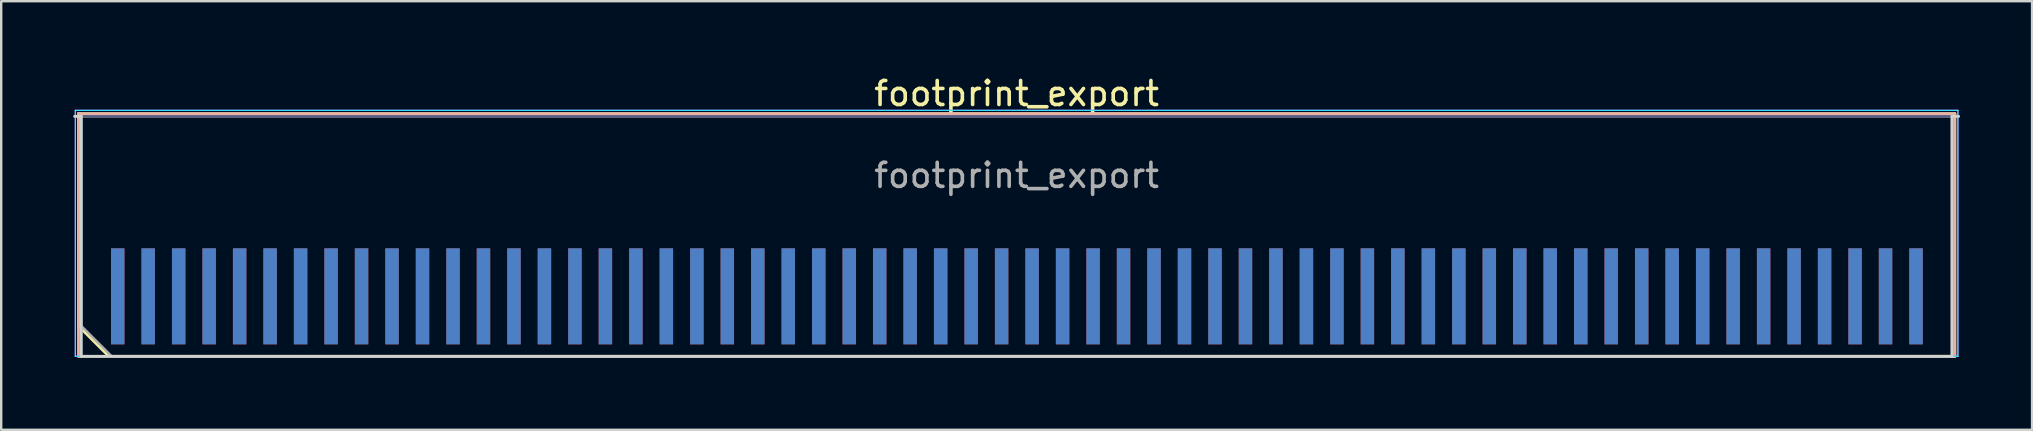
<source format=kicad_pcb>
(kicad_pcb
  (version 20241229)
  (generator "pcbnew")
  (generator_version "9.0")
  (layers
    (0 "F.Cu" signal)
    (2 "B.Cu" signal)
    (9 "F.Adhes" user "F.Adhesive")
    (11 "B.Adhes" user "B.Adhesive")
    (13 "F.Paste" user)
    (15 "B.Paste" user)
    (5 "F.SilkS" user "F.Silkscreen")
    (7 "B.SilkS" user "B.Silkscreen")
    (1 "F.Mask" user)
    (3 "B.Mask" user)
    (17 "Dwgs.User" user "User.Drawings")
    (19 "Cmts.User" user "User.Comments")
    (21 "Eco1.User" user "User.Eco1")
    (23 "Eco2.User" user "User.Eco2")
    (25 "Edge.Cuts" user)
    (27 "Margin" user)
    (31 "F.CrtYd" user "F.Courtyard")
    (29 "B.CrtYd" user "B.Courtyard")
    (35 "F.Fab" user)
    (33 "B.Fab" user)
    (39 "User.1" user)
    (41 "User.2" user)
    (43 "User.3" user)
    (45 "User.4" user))
  (footprint "footprint_export"
    (layer "F.Cu")
    (at 39.31 6.798)
    (property "Reference" "footprint_export" (at 0 -5.95 0) (layer "F.SilkS") (effects (font (size 1 1) (thickness 0.15))))
    (attr exclude_from_pos_files exclude_from_bom)
    (fp_line (start -39.09 -5.11) (end 39.09 -5.11) (stroke (width 0.12) (type solid)) (layer "F.SilkS"))
    (fp_line (start -39.09 3.73) (end -39.09 -5.11) (stroke (width 0.12) (type solid)) (layer "F.SilkS"))
    (fp_line (start -37.82 5) (end -39.09 3.73) (stroke (width 0.12) (type solid)) (layer "F.SilkS"))
    (fp_line (start -37.82 5) (end 39.09 5) (stroke (width 0.12) (type solid)) (layer "F.SilkS"))
    (fp_line (start 39.09 5) (end 39.09 -5.11) (stroke (width 0.12) (type solid)) (layer "F.SilkS"))
    (fp_line (start -39.09 -5.11) (end 39.09 -5.11) (stroke (width 0.12) (type solid)) (layer "B.SilkS"))
    (fp_line (start -39.09 5) (end -39.09 -5.11) (stroke (width 0.12) (type solid)) (layer "B.SilkS"))
    (fp_line (start -39.09 5) (end 39.09 5) (stroke (width 0.12) (type solid)) (layer "B.SilkS"))
    (fp_line (start 39.09 5) (end 39.09 -5.11) (stroke (width 0.12) (type solid)) (layer "B.SilkS"))
    (fp_line (start -39.25 -5) (end -38.975 -5) (stroke (width 0.12) (type solid)) (layer "Edge.Cuts"))
    (fp_line (start -38.975 5) (end -38.975 -5) (stroke (width 0.12) (type solid)) (layer "Edge.Cuts"))
    (fp_line (start -38.975 5) (end 38.975 5) (stroke (width 0.12) (type solid)) (layer "Edge.Cuts"))
    (fp_line (start 38.975 5) (end 38.975 -5) (stroke (width 0.12) (type solid)) (layer "Edge.Cuts"))
    (fp_line (start 39.25 -5) (end 38.975 -5) (stroke (width 0.12) (type solid)) (layer "Edge.Cuts"))
    (fp_line (start -39.22 -5.25) (end -39.22 5) (stroke (width 0.05) (type solid)) (layer "B.CrtYd"))
    (fp_line (start -39.22 5) (end 39.22 5) (stroke (width 0.05) (type solid)) (layer "B.CrtYd"))
    (fp_line (start 39.22 -5.25) (end -39.22 -5.25) (stroke (width 0.05) (type solid)) (layer "B.CrtYd"))
    (fp_line (start 39.22 5) (end 39.22 -5.25) (stroke (width 0.05) (type solid)) (layer "B.CrtYd"))
    (fp_line (start -39.22 -5.25) (end -39.22 5) (stroke (width 0.05) (type solid)) (layer "F.CrtYd"))
    (fp_line (start -39.22 5) (end 39.22 5) (stroke (width 0.05) (type solid)) (layer "F.CrtYd"))
    (fp_line (start 39.22 -5.25) (end -39.22 -5.25) (stroke (width 0.05) (type solid)) (layer "F.CrtYd"))
    (fp_line (start 39.22 5) (end 39.22 -5.25) (stroke (width 0.05) (type solid)) (layer "F.CrtYd"))
    (fp_line (start -38.975 -5) (end 38.975 -5) (stroke (width 0.1) (type solid)) (layer "B.Fab"))
    (fp_line (start -38.975 5) (end -38.975 -5) (stroke (width 0.1) (type solid)) (layer "B.Fab"))
    (fp_line (start -38.975 5) (end 38.975 5) (stroke (width 0.1) (type solid)) (layer "B.Fab"))
    (fp_line (start 38.975 5) (end 38.975 -5) (stroke (width 0.1) (type solid)) (layer "B.Fab"))
    (fp_line (start -38.975 -5) (end 38.975 -5) (stroke (width 0.1) (type solid)) (layer "F.Fab"))
    (fp_line (start -38.975 3.73) (end -38.975 -5) (stroke (width 0.1) (type solid)) (layer "F.Fab"))
    (fp_line (start -38.975 3.73) (end -37.705 5) (stroke (width 0.1) (type solid)) (layer "F.Fab"))
    (fp_line (start -37.705 5) (end 38.975 5) (stroke (width 0.1) (type solid)) (layer "F.Fab"))
    (fp_line (start 38.975 5) (end 38.975 -5) (stroke (width 0.1) (type solid)) (layer "F.Fab"))
    (fp_text user "${REFERENCE}" (at 0 -2.54 0) (layer "F.Fab") (effects (font (size 1 1) (thickness 0.15))))
    (pad "1" connect rect (at -37.455 2.5) (size 0.56 4) (layers "F.Cu" "F.Mask"))
    (pad "2" connect rect (at -37.455 2.5) (size 0.56 4) (layers "B.Cu" "B.Mask"))
    (pad "3" connect rect (at -36.185 2.5) (size 0.56 4) (layers "F.Cu" "F.Mask"))
    (pad "4" connect rect (at -36.185 2.5) (size 0.56 4) (layers "B.Cu" "B.Mask"))
    (pad "5" connect rect (at -34.915 2.5) (size 0.56 4) (layers "F.Cu" "F.Mask"))
    (pad "6" connect rect (at -34.915 2.5) (size 0.56 4) (layers "B.Cu" "B.Mask"))
    (pad "7" connect rect (at -33.645 2.5) (size 0.56 4) (layers "F.Cu" "F.Mask"))
    (pad "8" connect rect (at -33.645 2.5) (size 0.56 4) (layers "B.Cu" "B.Mask"))
    (pad "9" connect rect (at -32.375 2.5) (size 0.56 4) (layers "F.Cu" "F.Mask"))
    (pad "10" connect rect (at -32.375 2.5) (size 0.56 4) (layers "B.Cu" "B.Mask"))
    (pad "11" connect rect (at -31.105 2.5) (size 0.56 4) (layers "F.Cu" "F.Mask"))
    (pad "12" connect rect (at -31.105 2.5) (size 0.56 4) (layers "B.Cu" "B.Mask"))
    (pad "13" connect rect (at -29.835 2.5) (size 0.56 4) (layers "F.Cu" "F.Mask"))
    (pad "14" connect rect (at -29.835 2.5) (size 0.56 4) (layers "B.Cu" "B.Mask"))
    (pad "15" connect rect (at -28.565 2.5) (size 0.56 4) (layers "F.Cu" "F.Mask"))
    (pad "16" connect rect (at -28.565 2.5) (size 0.56 4) (layers "B.Cu" "B.Mask"))
    (pad "17" connect rect (at -27.295 2.5) (size 0.56 4) (layers "F.Cu" "F.Mask"))
    (pad "18" connect rect (at -27.295 2.5) (size 0.56 4) (layers "B.Cu" "B.Mask"))
    (pad "19" connect rect (at -26.025 2.5) (size 0.56 4) (layers "F.Cu" "F.Mask"))
    (pad "20" connect rect (at -26.025 2.5) (size 0.56 4) (layers "B.Cu" "B.Mask"))
    (pad "21" connect rect (at -24.755 2.5) (size 0.56 4) (layers "F.Cu" "F.Mask"))
    (pad "22" connect rect (at -24.755 2.5) (size 0.56 4) (layers "B.Cu" "B.Mask"))
    (pad "23" connect rect (at -23.485 2.5) (size 0.56 4) (layers "F.Cu" "F.Mask"))
    (pad "24" connect rect (at -23.485 2.5) (size 0.56 4) (layers "B.Cu" "B.Mask"))
    (pad "25" connect rect (at -22.215 2.5) (size 0.56 4) (layers "F.Cu" "F.Mask"))
    (pad "26" connect rect (at -22.215 2.5) (size 0.56 4) (layers "B.Cu" "B.Mask"))
    (pad "27" connect rect (at -20.945 2.5) (size 0.56 4) (layers "F.Cu" "F.Mask"))
    (pad "28" connect rect (at -20.945 2.5) (size 0.56 4) (layers "B.Cu" "B.Mask"))
    (pad "29" connect rect (at -19.675 2.5) (size 0.56 4) (layers "F.Cu" "F.Mask"))
    (pad "30" connect rect (at -19.675 2.5) (size 0.56 4) (layers "B.Cu" "B.Mask"))
    (pad "31" connect rect (at -18.405 2.5) (size 0.56 4) (layers "F.Cu" "F.Mask"))
    (pad "32" connect rect (at -18.405 2.5) (size 0.56 4) (layers "B.Cu" "B.Mask"))
    (pad "33" connect rect (at -17.135 2.5) (size 0.56 4) (layers "F.Cu" "F.Mask"))
    (pad "34" connect rect (at -17.135 2.5) (size 0.56 4) (layers "B.Cu" "B.Mask"))
    (pad "35" connect rect (at -15.865 2.5) (size 0.56 4) (layers "F.Cu" "F.Mask"))
    (pad "36" connect rect (at -15.865 2.5) (size 0.56 4) (layers "B.Cu" "B.Mask"))
    (pad "37" connect rect (at -14.595 2.5) (size 0.56 4) (layers "F.Cu" "F.Mask"))
    (pad "38" connect rect (at -14.595 2.5) (size 0.56 4) (layers "B.Cu" "B.Mask"))
    (pad "39" connect rect (at -13.325 2.5) (size 0.56 4) (layers "F.Cu" "F.Mask"))
    (pad "40" connect rect (at -13.325 2.5) (size 0.56 4) (layers "B.Cu" "B.Mask"))
    (pad "41" connect rect (at -12.055 2.5) (size 0.56 4) (layers "F.Cu" "F.Mask"))
    (pad "42" connect rect (at -12.055 2.5) (size 0.56 4) (layers "B.Cu" "B.Mask"))
    (pad "43" connect rect (at -10.785 2.5) (size 0.56 4) (layers "F.Cu" "F.Mask"))
    (pad "44" connect rect (at -10.785 2.5) (size 0.56 4) (layers "B.Cu" "B.Mask"))
    (pad "45" connect rect (at -9.515 2.5) (size 0.56 4) (layers "F.Cu" "F.Mask"))
    (pad "46" connect rect (at -9.515 2.5) (size 0.56 4) (layers "B.Cu" "B.Mask"))
    (pad "47" connect rect (at -8.245 2.5) (size 0.56 4) (layers "F.Cu" "F.Mask"))
    (pad "48" connect rect (at -8.245 2.5) (size 0.56 4) (layers "B.Cu" "B.Mask"))
    (pad "49" connect rect (at -6.975 2.5) (size 0.56 4) (layers "F.Cu" "F.Mask"))
    (pad "50" connect rect (at -6.975 2.5) (size 0.56 4) (layers "B.Cu" "B.Mask"))
    (pad "51" connect rect (at -5.705 2.5) (size 0.56 4) (layers "F.Cu" "F.Mask"))
    (pad "52" connect rect (at -5.705 2.5) (size 0.56 4) (layers "B.Cu" "B.Mask"))
    (pad "53" connect rect (at -4.435 2.5) (size 0.56 4) (layers "F.Cu" "F.Mask"))
    (pad "54" connect rect (at -4.435 2.5) (size 0.56 4) (layers "B.Cu" "B.Mask"))
    (pad "55" connect rect (at -3.165 2.5) (size 0.56 4) (layers "F.Cu" "F.Mask"))
    (pad "56" connect rect (at -3.165 2.5) (size 0.56 4) (layers "B.Cu" "B.Mask"))
    (pad "57" connect rect (at -1.895 2.5) (size 0.56 4) (layers "F.Cu" "F.Mask"))
    (pad "58" connect rect (at -1.895 2.5) (size 0.56 4) (layers "B.Cu" "B.Mask"))
    (pad "59" connect rect (at -0.625 2.5) (size 0.56 4) (layers "F.Cu" "F.Mask"))
    (pad "60" connect rect (at -0.625 2.5) (size 0.56 4) (layers "B.Cu" "B.Mask"))
    (pad "61" connect rect (at 0.645 2.5) (size 0.56 4) (layers "F.Cu" "F.Mask"))
    (pad "62" connect rect (at 0.645 2.5) (size 0.56 4) (layers "B.Cu" "B.Mask"))
    (pad "63" connect rect (at 1.915 2.5) (size 0.56 4) (layers "F.Cu" "F.Mask"))
    (pad "64" connect rect (at 1.915 2.5) (size 0.56 4) (layers "B.Cu" "B.Mask"))
    (pad "65" connect rect (at 3.185 2.5) (size 0.56 4) (layers "F.Cu" "F.Mask"))
    (pad "66" connect rect (at 3.185 2.5) (size 0.56 4) (layers "B.Cu" "B.Mask"))
    (pad "67" connect rect (at 4.455 2.5) (size 0.56 4) (layers "F.Cu" "F.Mask"))
    (pad "68" connect rect (at 4.455 2.5) (size 0.56 4) (layers "B.Cu" "B.Mask"))
    (pad "69" connect rect (at 5.725 2.5) (size 0.56 4) (layers "F.Cu" "F.Mask"))
    (pad "70" connect rect (at 5.725 2.5) (size 0.56 4) (layers "B.Cu" "B.Mask"))
    (pad "71" connect rect (at 6.995 2.5) (size 0.56 4) (layers "F.Cu" "F.Mask"))
    (pad "72" connect rect (at 6.995 2.5) (size 0.56 4) (layers "B.Cu" "B.Mask"))
    (pad "73" connect rect (at 8.265 2.5) (size 0.56 4) (layers "F.Cu" "F.Mask"))
    (pad "74" connect rect (at 8.265 2.5) (size 0.56 4) (layers "B.Cu" "B.Mask"))
    (pad "75" connect rect (at 9.535 2.5) (size 0.56 4) (layers "F.Cu" "F.Mask"))
    (pad "76" connect rect (at 9.535 2.5) (size 0.56 4) (layers "B.Cu" "B.Mask"))
    (pad "77" connect rect (at 10.805 2.5) (size 0.56 4) (layers "F.Cu" "F.Mask"))
    (pad "78" connect rect (at 10.805 2.5) (size 0.56 4) (layers "B.Cu" "B.Mask"))
    (pad "79" connect rect (at 12.075 2.5) (size 0.56 4) (layers "F.Cu" "F.Mask"))
    (pad "80" connect rect (at 12.075 2.5) (size 0.56 4) (layers "B.Cu" "B.Mask"))
    (pad "81" connect rect (at 13.345 2.5) (size 0.56 4) (layers "F.Cu" "F.Mask"))
    (pad "82" connect rect (at 13.345 2.5) (size 0.56 4) (layers "B.Cu" "B.Mask"))
    (pad "83" connect rect (at 14.615 2.5) (size 0.56 4) (layers "F.Cu" "F.Mask"))
    (pad "84" connect rect (at 14.615 2.5) (size 0.56 4) (layers "B.Cu" "B.Mask"))
    (pad "85" connect rect (at 15.885 2.5) (size 0.56 4) (layers "F.Cu" "F.Mask"))
    (pad "86" connect rect (at 15.885 2.5) (size 0.56 4) (layers "B.Cu" "B.Mask"))
    (pad "87" connect rect (at 17.155 2.5) (size 0.56 4) (layers "F.Cu" "F.Mask"))
    (pad "88" connect rect (at 17.155 2.5) (size 0.56 4) (layers "B.Cu" "B.Mask"))
    (pad "89" connect rect (at 18.425 2.5) (size 0.56 4) (layers "F.Cu" "F.Mask"))
    (pad "90" connect rect (at 18.425 2.5) (size 0.56 4) (layers "B.Cu" "B.Mask"))
    (pad "91" connect rect (at 19.695 2.5) (size 0.56 4) (layers "F.Cu" "F.Mask"))
    (pad "92" connect rect (at 19.695 2.5) (size 0.56 4) (layers "B.Cu" "B.Mask"))
    (pad "93" connect rect (at 20.965 2.5) (size 0.56 4) (layers "F.Cu" "F.Mask"))
    (pad "94" connect rect (at 20.965 2.5) (size 0.56 4) (layers "B.Cu" "B.Mask"))
    (pad "95" connect rect (at 22.235 2.5) (size 0.56 4) (layers "F.Cu" "F.Mask"))
    (pad "96" connect rect (at 22.235 2.5) (size 0.56 4) (layers "B.Cu" "B.Mask"))
    (pad "97" connect rect (at 23.505 2.5) (size 0.56 4) (layers "F.Cu" "F.Mask"))
    (pad "98" connect rect (at 23.505 2.5) (size 0.56 4) (layers "B.Cu" "B.Mask"))
    (pad "99" connect rect (at 24.775 2.5) (size 0.56 4) (layers "F.Cu" "F.Mask"))
    (pad "100" connect rect (at 24.775 2.5) (size 0.56 4) (layers "B.Cu" "B.Mask"))
    (pad "101" connect rect (at 26.045 2.5) (size 0.56 4) (layers "F.Cu" "F.Mask"))
    (pad "102" connect rect (at 26.045 2.5) (size 0.56 4) (layers "B.Cu" "B.Mask"))
    (pad "103" connect rect (at 27.315 2.5) (size 0.56 4) (layers "F.Cu" "F.Mask"))
    (pad "104" connect rect (at 27.315 2.5) (size 0.56 4) (layers "B.Cu" "B.Mask"))
    (pad "105" connect rect (at 28.585 2.5) (size 0.56 4) (layers "F.Cu" "F.Mask"))
    (pad "106" connect rect (at 28.585 2.5) (size 0.56 4) (layers "B.Cu" "B.Mask"))
    (pad "107" connect rect (at 29.855 2.5) (size 0.56 4) (layers "F.Cu" "F.Mask"))
    (pad "108" connect rect (at 29.855 2.5) (size 0.56 4) (layers "B.Cu" "B.Mask"))
    (pad "109" connect rect (at 31.125 2.5) (size 0.56 4) (layers "F.Cu" "F.Mask"))
    (pad "110" connect rect (at 31.125 2.5) (size 0.56 4) (layers "B.Cu" "B.Mask"))
    (pad "111" connect rect (at 32.395 2.5) (size 0.56 4) (layers "F.Cu" "F.Mask"))
    (pad "112" connect rect (at 32.395 2.5) (size 0.56 4) (layers "B.Cu" "B.Mask"))
    (pad "113" connect rect (at 33.665 2.5) (size 0.56 4) (layers "F.Cu" "F.Mask"))
    (pad "114" connect rect (at 33.665 2.5) (size 0.56 4) (layers "B.Cu" "B.Mask"))
    (pad "115" connect rect (at 34.935 2.5) (size 0.56 4) (layers "F.Cu" "F.Mask"))
    (pad "116" connect rect (at 34.935 2.5) (size 0.56 4) (layers "B.Cu" "B.Mask"))
    (pad "117" connect rect (at 36.205 2.5) (size 0.56 4) (layers "F.Cu" "F.Mask"))
    (pad "118" connect rect (at 36.205 2.5) (size 0.56 4) (layers "B.Cu" "B.Mask"))
    (pad "119" connect rect (at 37.475 2.5) (size 0.56 4) (layers "F.Cu" "F.Mask"))
    (pad "120" connect rect (at 37.475 2.5) (size 0.56 4) (layers "B.Cu" "B.Mask")))
  (gr_rect
    (start -3 -3)
    (end 81.62 14.858)
    (stroke (width 0.1) (type default))
    (fill no)
    (layer "Edge.Cuts")))
</source>
